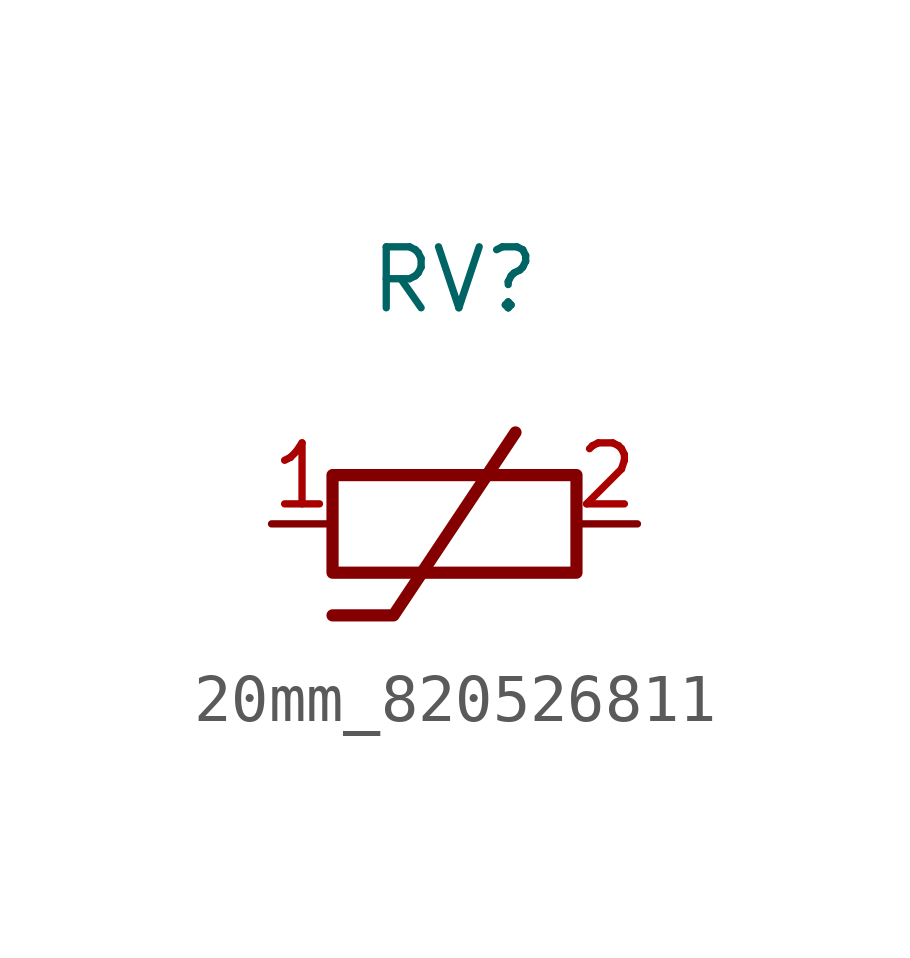
<source format=kicad_sym>
(kicad_symbol_lib
  (version 20220914)
  (generator kicad_symbol_editor)
  (symbol "20mm_820526811"
    (pin_names hide)
    (property "Reference" "RV"
      (at 0 5.08 0)
      (effects (font (size 1.27 1.27))))
    (symbol "20mm_820526811_0_1"
      (rectangle (start -2.54 1.016) (end 2.54 -1.016) (stroke (width 0.254) (type default)) (fill (type none))))
    (symbol "20mm_820526811_1_1"
      (polyline (pts (xy -2.54 -1.905) (xy -1.27 -1.905) (xy 1.27 1.905)) (stroke (width 0.254) (type default)) (fill (type none)))
      (pin passive line (at -3.81 0 0) (length 1.27) (name "~" (effects (font (size 1.27 1.27)))) (number "1" (effects (font (size 1.27 1.27)))))
      (pin passive line (at 3.81 0 180) (length 1.27) (name "~" (effects (font (size 1.27 1.27)))) (number "2" (effects (font (size 1.27 1.27))))))))
</source>
